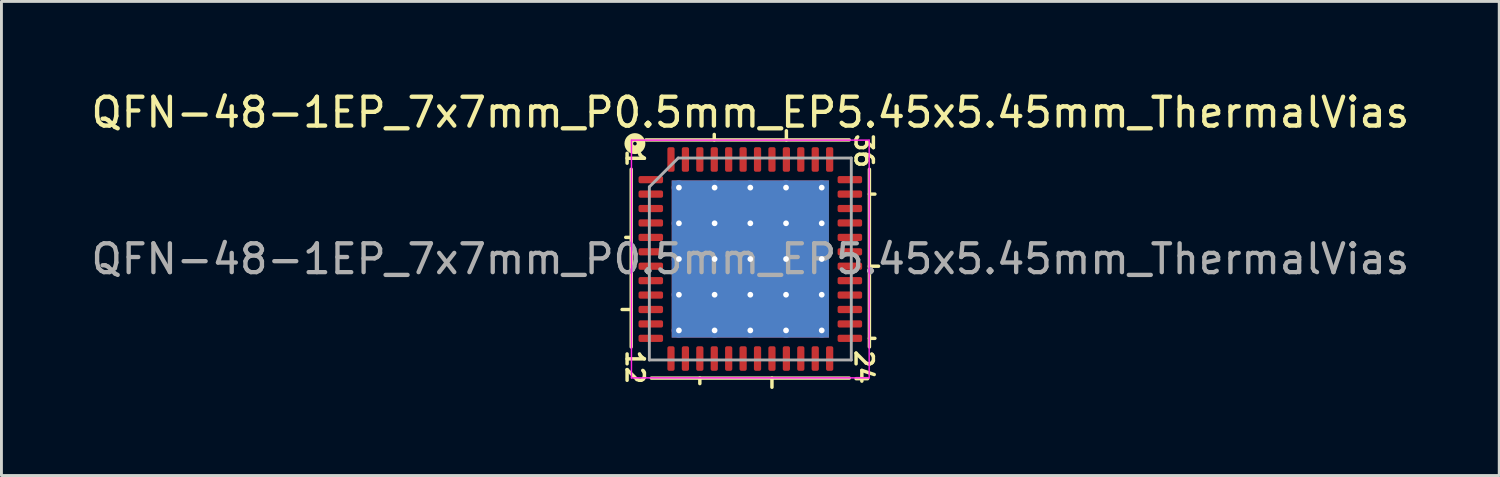
<source format=kicad_pcb>
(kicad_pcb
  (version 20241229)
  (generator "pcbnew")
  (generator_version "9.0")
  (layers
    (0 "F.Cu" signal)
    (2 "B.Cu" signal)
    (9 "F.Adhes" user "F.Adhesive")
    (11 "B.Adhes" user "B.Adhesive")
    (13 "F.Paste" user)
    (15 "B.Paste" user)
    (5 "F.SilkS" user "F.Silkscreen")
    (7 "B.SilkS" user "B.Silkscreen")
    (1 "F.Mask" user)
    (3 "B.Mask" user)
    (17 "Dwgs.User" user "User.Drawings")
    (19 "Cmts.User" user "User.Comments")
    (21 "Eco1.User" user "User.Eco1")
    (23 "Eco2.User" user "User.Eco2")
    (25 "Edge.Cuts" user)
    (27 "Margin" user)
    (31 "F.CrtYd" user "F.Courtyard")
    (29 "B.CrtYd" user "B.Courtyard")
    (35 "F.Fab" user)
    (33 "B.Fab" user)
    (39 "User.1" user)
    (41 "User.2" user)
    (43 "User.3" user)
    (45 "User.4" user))
  (footprint "QFN-48-1EP_7x7mm_P0.5mm_EP5.45x5.45mm_ThermalVias"
    (layer "F.Cu")
    (at 22.958 5.928)
    (property "Reference" "QFN-48-1EP_7x7mm_P0.5mm_EP5.45x5.45mm_ThermalVias" (at 0 -5.08 0) (layer "F.SilkS") (effects (font (size 1 1) (thickness 0.15))))
    (attr smd)
    (fp_line (start -4.128 -3.111) (end -4.128 3.048) (stroke (width 0.12) (type solid)) (layer "F.SilkS"))
    (fp_line (start -4.128 -0.75) (end -4.318 -0.75) (stroke (width 0.12) (type solid)) (layer "F.SilkS"))
    (fp_line (start -4.128 1.75) (end -4.445 1.75) (stroke (width 0.12) (type solid)) (layer "F.SilkS"))
    (fp_line (start -3.429 4.128) (end 3.429 4.128) (stroke (width 0.12) (type solid)) (layer "F.SilkS"))
    (fp_line (start -1.75 4.128) (end -1.75 4.318) (stroke (width 0.12) (type solid)) (layer "F.SilkS"))
    (fp_line (start -1.25 -4.128) (end -1.25 -4.318) (stroke (width 0.12) (type solid)) (layer "F.SilkS"))
    (fp_line (start 0.75 4.128) (end 0.75 4.445) (stroke (width 0.12) (type solid)) (layer "F.SilkS"))
    (fp_line (start 1.25 -4.128) (end 1.25 -4.445) (stroke (width 0.12) (type solid)) (layer "F.SilkS"))
    (fp_line (start 3.429 -4.128) (end -3.619 -4.128) (stroke (width 0.12) (type solid)) (layer "F.SilkS"))
    (fp_line (start 4.128 -2.25) (end 4.318 -2.25) (stroke (width 0.12) (type solid)) (layer "F.SilkS"))
    (fp_line (start 4.128 0.25) (end 4.445 0.25) (stroke (width 0.12) (type solid)) (layer "F.SilkS"))
    (fp_line (start 4.128 2.75) (end 4.318 2.75) (stroke (width 0.12) (type solid)) (layer "F.SilkS"))
    (fp_line (start 4.128 3.048) (end 4.128 -3.111) (stroke (width 0.12) (type solid)) (layer "F.SilkS"))
    (fp_circle (center -4 -4) (end -3.937 -4) (stroke (width 0.3) (type solid)) (fill no) (layer "F.SilkS"))
    (fp_line (start -4.12 -4.12) (end -4.12 4.12) (stroke (width 0.05) (type solid)) (layer "F.CrtYd"))
    (fp_line (start -4.12 4.12) (end 4.12 4.12) (stroke (width 0.05) (type solid)) (layer "F.CrtYd"))
    (fp_line (start 4.12 -4.12) (end -4.12 -4.12) (stroke (width 0.05) (type solid)) (layer "F.CrtYd"))
    (fp_line (start 4.12 4.12) (end 4.12 -4.12) (stroke (width 0.05) (type solid)) (layer "F.CrtYd"))
    (fp_line (start -3.5 -2.5) (end -2.5 -3.5) (stroke (width 0.1) (type solid)) (layer "F.Fab"))
    (fp_line (start -3.5 3.5) (end -3.5 -2.5) (stroke (width 0.1) (type solid)) (layer "F.Fab"))
    (fp_line (start -2.5 -3.5) (end 3.5 -3.5) (stroke (width 0.1) (type solid)) (layer "F.Fab"))
    (fp_line (start 3.5 -3.5) (end 3.5 3.5) (stroke (width 0.1) (type solid)) (layer "F.Fab"))
    (fp_line (start 3.5 3.5) (end -3.5 3.5) (stroke (width 0.1) (type solid)) (layer "F.Fab"))
    (fp_text user "1" (at -4 -3.493 270) (unlocked yes) (layer "F.SilkS") (effects (font (size 0.6 0.6) (thickness 0.12))))
    (fp_text user "36" (at 3.937 -3.747 270) (unlocked yes) (layer "F.SilkS") (effects (font (size 0.6 0.6) (thickness 0.12))))
    (fp_text user "12" (at -4 3.747 270) (unlocked yes) (layer "F.SilkS") (effects (font (size 0.6 0.6) (thickness 0.12))))
    (fp_text user "24" (at 3.937 3.747 270) (unlocked yes) (layer "F.SilkS") (effects (font (size 0.6 0.6) (thickness 0.12))))
    (fp_text user "${REFERENCE}" (at 0 0 0) (layer "F.Fab") (effects (font (size 1 1) (thickness 0.15))))
    (pad "" smd roundrect (at -1.856 -1.856) (size 1.098 1.098) (layers "F.Paste") (roundrect_rratio 0.228))
    (pad "" smd roundrect (at -1.856 -0.619) (size 1.098 1.098) (layers "F.Paste") (roundrect_rratio 0.228))
    (pad "" smd roundrect (at -1.856 0.619) (size 1.098 1.098) (layers "F.Paste") (roundrect_rratio 0.228))
    (pad "" smd roundrect (at -1.856 1.856) (size 1.098 1.098) (layers "F.Paste") (roundrect_rratio 0.228))
    (pad "" smd roundrect (at -0.619 -1.856) (size 1.098 1.098) (layers "F.Paste") (roundrect_rratio 0.228))
    (pad "" smd roundrect (at -0.619 -0.619) (size 1.098 1.098) (layers "F.Paste") (roundrect_rratio 0.228))
    (pad "" smd roundrect (at -0.619 0.619) (size 1.098 1.098) (layers "F.Paste") (roundrect_rratio 0.228))
    (pad "" smd roundrect (at -0.619 1.856) (size 1.098 1.098) (layers "F.Paste") (roundrect_rratio 0.228))
    (pad "" smd roundrect (at 0.619 -1.856) (size 1.098 1.098) (layers "F.Paste") (roundrect_rratio 0.228))
    (pad "" smd roundrect (at 0.619 -0.619) (size 1.098 1.098) (layers "F.Paste") (roundrect_rratio 0.228))
    (pad "" smd roundrect (at 0.619 0.619) (size 1.098 1.098) (layers "F.Paste") (roundrect_rratio 0.228))
    (pad "" smd roundrect (at 0.619 1.856) (size 1.098 1.098) (layers "F.Paste") (roundrect_rratio 0.228))
    (pad "" smd roundrect (at 1.856 -1.856) (size 1.098 1.098) (layers "F.Paste") (roundrect_rratio 0.228))
    (pad "" smd roundrect (at 1.856 -0.619) (size 1.098 1.098) (layers "F.Paste") (roundrect_rratio 0.228))
    (pad "" smd roundrect (at 1.856 0.619) (size 1.098 1.098) (layers "F.Paste") (roundrect_rratio 0.228))
    (pad "" smd roundrect (at 1.856 1.856) (size 1.098 1.098) (layers "F.Paste") (roundrect_rratio 0.228))
    (pad "1" smd roundrect (at -3.45 -2.75) (size 0.85 0.25) (layers "F.Cu" "F.Mask" "F.Paste") (roundrect_rratio 0.25))
    (pad "2" smd roundrect (at -3.45 -2.25) (size 0.85 0.25) (layers "F.Cu" "F.Mask" "F.Paste") (roundrect_rratio 0.25))
    (pad "3" smd roundrect (at -3.45 -1.75) (size 0.85 0.25) (layers "F.Cu" "F.Mask" "F.Paste") (roundrect_rratio 0.25))
    (pad "4" smd roundrect (at -3.45 -1.25) (size 0.85 0.25) (layers "F.Cu" "F.Mask" "F.Paste") (roundrect_rratio 0.25))
    (pad "5" smd roundrect (at -3.45 -0.75) (size 0.85 0.25) (layers "F.Cu" "F.Mask" "F.Paste") (roundrect_rratio 0.25))
    (pad "6" smd roundrect (at -3.45 -0.25) (size 0.85 0.25) (layers "F.Cu" "F.Mask" "F.Paste") (roundrect_rratio 0.25))
    (pad "7" smd roundrect (at -3.45 0.25) (size 0.85 0.25) (layers "F.Cu" "F.Mask" "F.Paste") (roundrect_rratio 0.25))
    (pad "8" smd roundrect (at -3.45 0.75) (size 0.85 0.25) (layers "F.Cu" "F.Mask" "F.Paste") (roundrect_rratio 0.25))
    (pad "9" smd roundrect (at -3.45 1.25) (size 0.85 0.25) (layers "F.Cu" "F.Mask" "F.Paste") (roundrect_rratio 0.25))
    (pad "10" smd roundrect (at -3.45 1.75) (size 0.85 0.25) (layers "F.Cu" "F.Mask" "F.Paste") (roundrect_rratio 0.25))
    (pad "11" smd roundrect (at -3.45 2.25) (size 0.85 0.25) (layers "F.Cu" "F.Mask" "F.Paste") (roundrect_rratio 0.25))
    (pad "12" smd roundrect (at -3.45 2.75) (size 0.85 0.25) (layers "F.Cu" "F.Mask" "F.Paste") (roundrect_rratio 0.25))
    (pad "13" smd roundrect (at -2.75 3.45) (size 0.25 0.85) (layers "F.Cu" "F.Mask" "F.Paste") (roundrect_rratio 0.25))
    (pad "14" smd roundrect (at -2.25 3.45) (size 0.25 0.85) (layers "F.Cu" "F.Mask" "F.Paste") (roundrect_rratio 0.25))
    (pad "15" smd roundrect (at -1.75 3.45) (size 0.25 0.85) (layers "F.Cu" "F.Mask" "F.Paste") (roundrect_rratio 0.25))
    (pad "16" smd roundrect (at -1.25 3.45) (size 0.25 0.85) (layers "F.Cu" "F.Mask" "F.Paste") (roundrect_rratio 0.25))
    (pad "17" smd roundrect (at -0.75 3.45) (size 0.25 0.85) (layers "F.Cu" "F.Mask" "F.Paste") (roundrect_rratio 0.25))
    (pad "18" smd roundrect (at -0.25 3.45) (size 0.25 0.85) (layers "F.Cu" "F.Mask" "F.Paste") (roundrect_rratio 0.25))
    (pad "19" smd roundrect (at 0.25 3.45) (size 0.25 0.85) (layers "F.Cu" "F.Mask" "F.Paste") (roundrect_rratio 0.25))
    (pad "20" smd roundrect (at 0.75 3.45) (size 0.25 0.85) (layers "F.Cu" "F.Mask" "F.Paste") (roundrect_rratio 0.25))
    (pad "21" smd roundrect (at 1.25 3.45) (size 0.25 0.85) (layers "F.Cu" "F.Mask" "F.Paste") (roundrect_rratio 0.25))
    (pad "22" smd roundrect (at 1.75 3.45) (size 0.25 0.85) (layers "F.Cu" "F.Mask" "F.Paste") (roundrect_rratio 0.25))
    (pad "23" smd roundrect (at 2.25 3.45) (size 0.25 0.85) (layers "F.Cu" "F.Mask" "F.Paste") (roundrect_rratio 0.25))
    (pad "24" smd roundrect (at 2.75 3.45) (size 0.25 0.85) (layers "F.Cu" "F.Mask" "F.Paste") (roundrect_rratio 0.25))
    (pad "25" smd roundrect (at 3.45 2.75) (size 0.85 0.25) (layers "F.Cu" "F.Mask" "F.Paste") (roundrect_rratio 0.25))
    (pad "26" smd roundrect (at 3.45 2.25) (size 0.85 0.25) (layers "F.Cu" "F.Mask" "F.Paste") (roundrect_rratio 0.25))
    (pad "27" smd roundrect (at 3.45 1.75) (size 0.85 0.25) (layers "F.Cu" "F.Mask" "F.Paste") (roundrect_rratio 0.25))
    (pad "28" smd roundrect (at 3.45 1.25) (size 0.85 0.25) (layers "F.Cu" "F.Mask" "F.Paste") (roundrect_rratio 0.25))
    (pad "29" smd roundrect (at 3.45 0.75) (size 0.85 0.25) (layers "F.Cu" "F.Mask" "F.Paste") (roundrect_rratio 0.25))
    (pad "30" smd roundrect (at 3.45 0.25) (size 0.85 0.25) (layers "F.Cu" "F.Mask" "F.Paste") (roundrect_rratio 0.25))
    (pad "31" smd roundrect (at 3.45 -0.25) (size 0.85 0.25) (layers "F.Cu" "F.Mask" "F.Paste") (roundrect_rratio 0.25))
    (pad "32" smd roundrect (at 3.45 -0.75) (size 0.85 0.25) (layers "F.Cu" "F.Mask" "F.Paste") (roundrect_rratio 0.25))
    (pad "33" smd roundrect (at 3.45 -1.25) (size 0.85 0.25) (layers "F.Cu" "F.Mask" "F.Paste") (roundrect_rratio 0.25))
    (pad "34" smd roundrect (at 3.45 -1.75) (size 0.85 0.25) (layers "F.Cu" "F.Mask" "F.Paste") (roundrect_rratio 0.25))
    (pad "35" smd roundrect (at 3.45 -2.25) (size 0.85 0.25) (layers "F.Cu" "F.Mask" "F.Paste") (roundrect_rratio 0.25))
    (pad "36" smd roundrect (at 3.45 -2.75) (size 0.85 0.25) (layers "F.Cu" "F.Mask" "F.Paste") (roundrect_rratio 0.25))
    (pad "37" smd roundrect (at 2.75 -3.45) (size 0.25 0.85) (layers "F.Cu" "F.Mask" "F.Paste") (roundrect_rratio 0.25))
    (pad "38" smd roundrect (at 2.25 -3.45) (size 0.25 0.85) (layers "F.Cu" "F.Mask" "F.Paste") (roundrect_rratio 0.25))
    (pad "39" smd roundrect (at 1.75 -3.45) (size 0.25 0.85) (layers "F.Cu" "F.Mask" "F.Paste") (roundrect_rratio 0.25))
    (pad "40" smd roundrect (at 1.25 -3.45) (size 0.25 0.85) (layers "F.Cu" "F.Mask" "F.Paste") (roundrect_rratio 0.25))
    (pad "41" smd roundrect (at 0.75 -3.45) (size 0.25 0.85) (layers "F.Cu" "F.Mask" "F.Paste") (roundrect_rratio 0.25))
    (pad "42" smd roundrect (at 0.25 -3.45) (size 0.25 0.85) (layers "F.Cu" "F.Mask" "F.Paste") (roundrect_rratio 0.25))
    (pad "43" smd roundrect (at -0.25 -3.45) (size 0.25 0.85) (layers "F.Cu" "F.Mask" "F.Paste") (roundrect_rratio 0.25))
    (pad "44" smd roundrect (at -0.75 -3.45) (size 0.25 0.85) (layers "F.Cu" "F.Mask" "F.Paste") (roundrect_rratio 0.25))
    (pad "45" smd roundrect (at -1.25 -3.45) (size 0.25 0.85) (layers "F.Cu" "F.Mask" "F.Paste") (roundrect_rratio 0.25))
    (pad "46" smd roundrect (at -1.75 -3.45) (size 0.25 0.85) (layers "F.Cu" "F.Mask" "F.Paste") (roundrect_rratio 0.25))
    (pad "47" smd roundrect (at -2.25 -3.45) (size 0.25 0.85) (layers "F.Cu" "F.Mask" "F.Paste") (roundrect_rratio 0.25))
    (pad "48" smd roundrect (at -2.75 -3.45) (size 0.25 0.85) (layers "F.Cu" "F.Mask" "F.Paste") (roundrect_rratio 0.25))
    (pad "49" thru_hole circle (at -2.475 -2.475) (size 0.5 0.5) (drill 0.2) (layers "*.Cu"))
    (pad "49" thru_hole circle (at -2.475 -1.238) (size 0.5 0.5) (drill 0.2) (layers "*.Cu"))
    (pad "49" thru_hole circle (at -2.475 0) (size 0.5 0.5) (drill 0.2) (layers "*.Cu"))
    (pad "49" thru_hole circle (at -2.475 1.238) (size 0.5 0.5) (drill 0.2) (layers "*.Cu"))
    (pad "49" thru_hole circle (at -2.475 2.475) (size 0.5 0.5) (drill 0.2) (layers "*.Cu"))
    (pad "49" thru_hole circle (at -1.238 -2.475) (size 0.5 0.5) (drill 0.2) (layers "*.Cu"))
    (pad "49" thru_hole circle (at -1.238 -1.238) (size 0.5 0.5) (drill 0.2) (layers "*.Cu"))
    (pad "49" thru_hole circle (at -1.238 0) (size 0.5 0.5) (drill 0.2) (layers "*.Cu"))
    (pad "49" thru_hole circle (at -1.238 1.238) (size 0.5 0.5) (drill 0.2) (layers "*.Cu"))
    (pad "49" thru_hole circle (at -1.238 2.475) (size 0.5 0.5) (drill 0.2) (layers "*.Cu"))
    (pad "49" thru_hole circle (at 0 -2.475) (size 0.5 0.5) (drill 0.2) (layers "*.Cu"))
    (pad "49" thru_hole circle (at 0 -1.238) (size 0.5 0.5) (drill 0.2) (layers "*.Cu"))
    (pad "49" thru_hole circle (at 0 0) (size 0.5 0.5) (drill 0.2) (layers "*.Cu"))
    (pad "49" smd rect (at 0 0) (size 5.45 5.45) (layers "F.Cu" "F.Mask"))
    (pad "49" smd rect (at 0 0) (size 5.45 5.45) (layers "B.Cu" "B.Mask"))
    (pad "49" thru_hole circle (at 0 1.238) (size 0.5 0.5) (drill 0.2) (layers "*.Cu"))
    (pad "49" thru_hole circle (at 0 2.475) (size 0.5 0.5) (drill 0.2) (layers "*.Cu"))
    (pad "49" thru_hole circle (at 1.238 -2.475) (size 0.5 0.5) (drill 0.2) (layers "*.Cu"))
    (pad "49" thru_hole circle (at 1.238 -1.238) (size 0.5 0.5) (drill 0.2) (layers "*.Cu"))
    (pad "49" thru_hole circle (at 1.238 0) (size 0.5 0.5) (drill 0.2) (layers "*.Cu"))
    (pad "49" thru_hole circle (at 1.238 1.238) (size 0.5 0.5) (drill 0.2) (layers "*.Cu"))
    (pad "49" thru_hole circle (at 1.238 2.475) (size 0.5 0.5) (drill 0.2) (layers "*.Cu"))
    (pad "49" thru_hole circle (at 2.475 -2.475) (size 0.5 0.5) (drill 0.2) (layers "*.Cu"))
    (pad "49" thru_hole circle (at 2.475 -1.238) (size 0.5 0.5) (drill 0.2) (layers "*.Cu"))
    (pad "49" thru_hole circle (at 2.475 0) (size 0.5 0.5) (drill 0.2) (layers "*.Cu"))
    (pad "49" thru_hole circle (at 2.475 1.238) (size 0.5 0.5) (drill 0.2) (layers "*.Cu"))
    (pad "49" thru_hole circle (at 2.475 2.475) (size 0.5 0.5) (drill 0.2) (layers "*.Cu")))
  (gr_rect
    (start -3 -3)
    (end 48.917 13.433)
    (stroke (width 0.1) (type default))
    (fill no)
    (layer "Edge.Cuts")))
</source>
